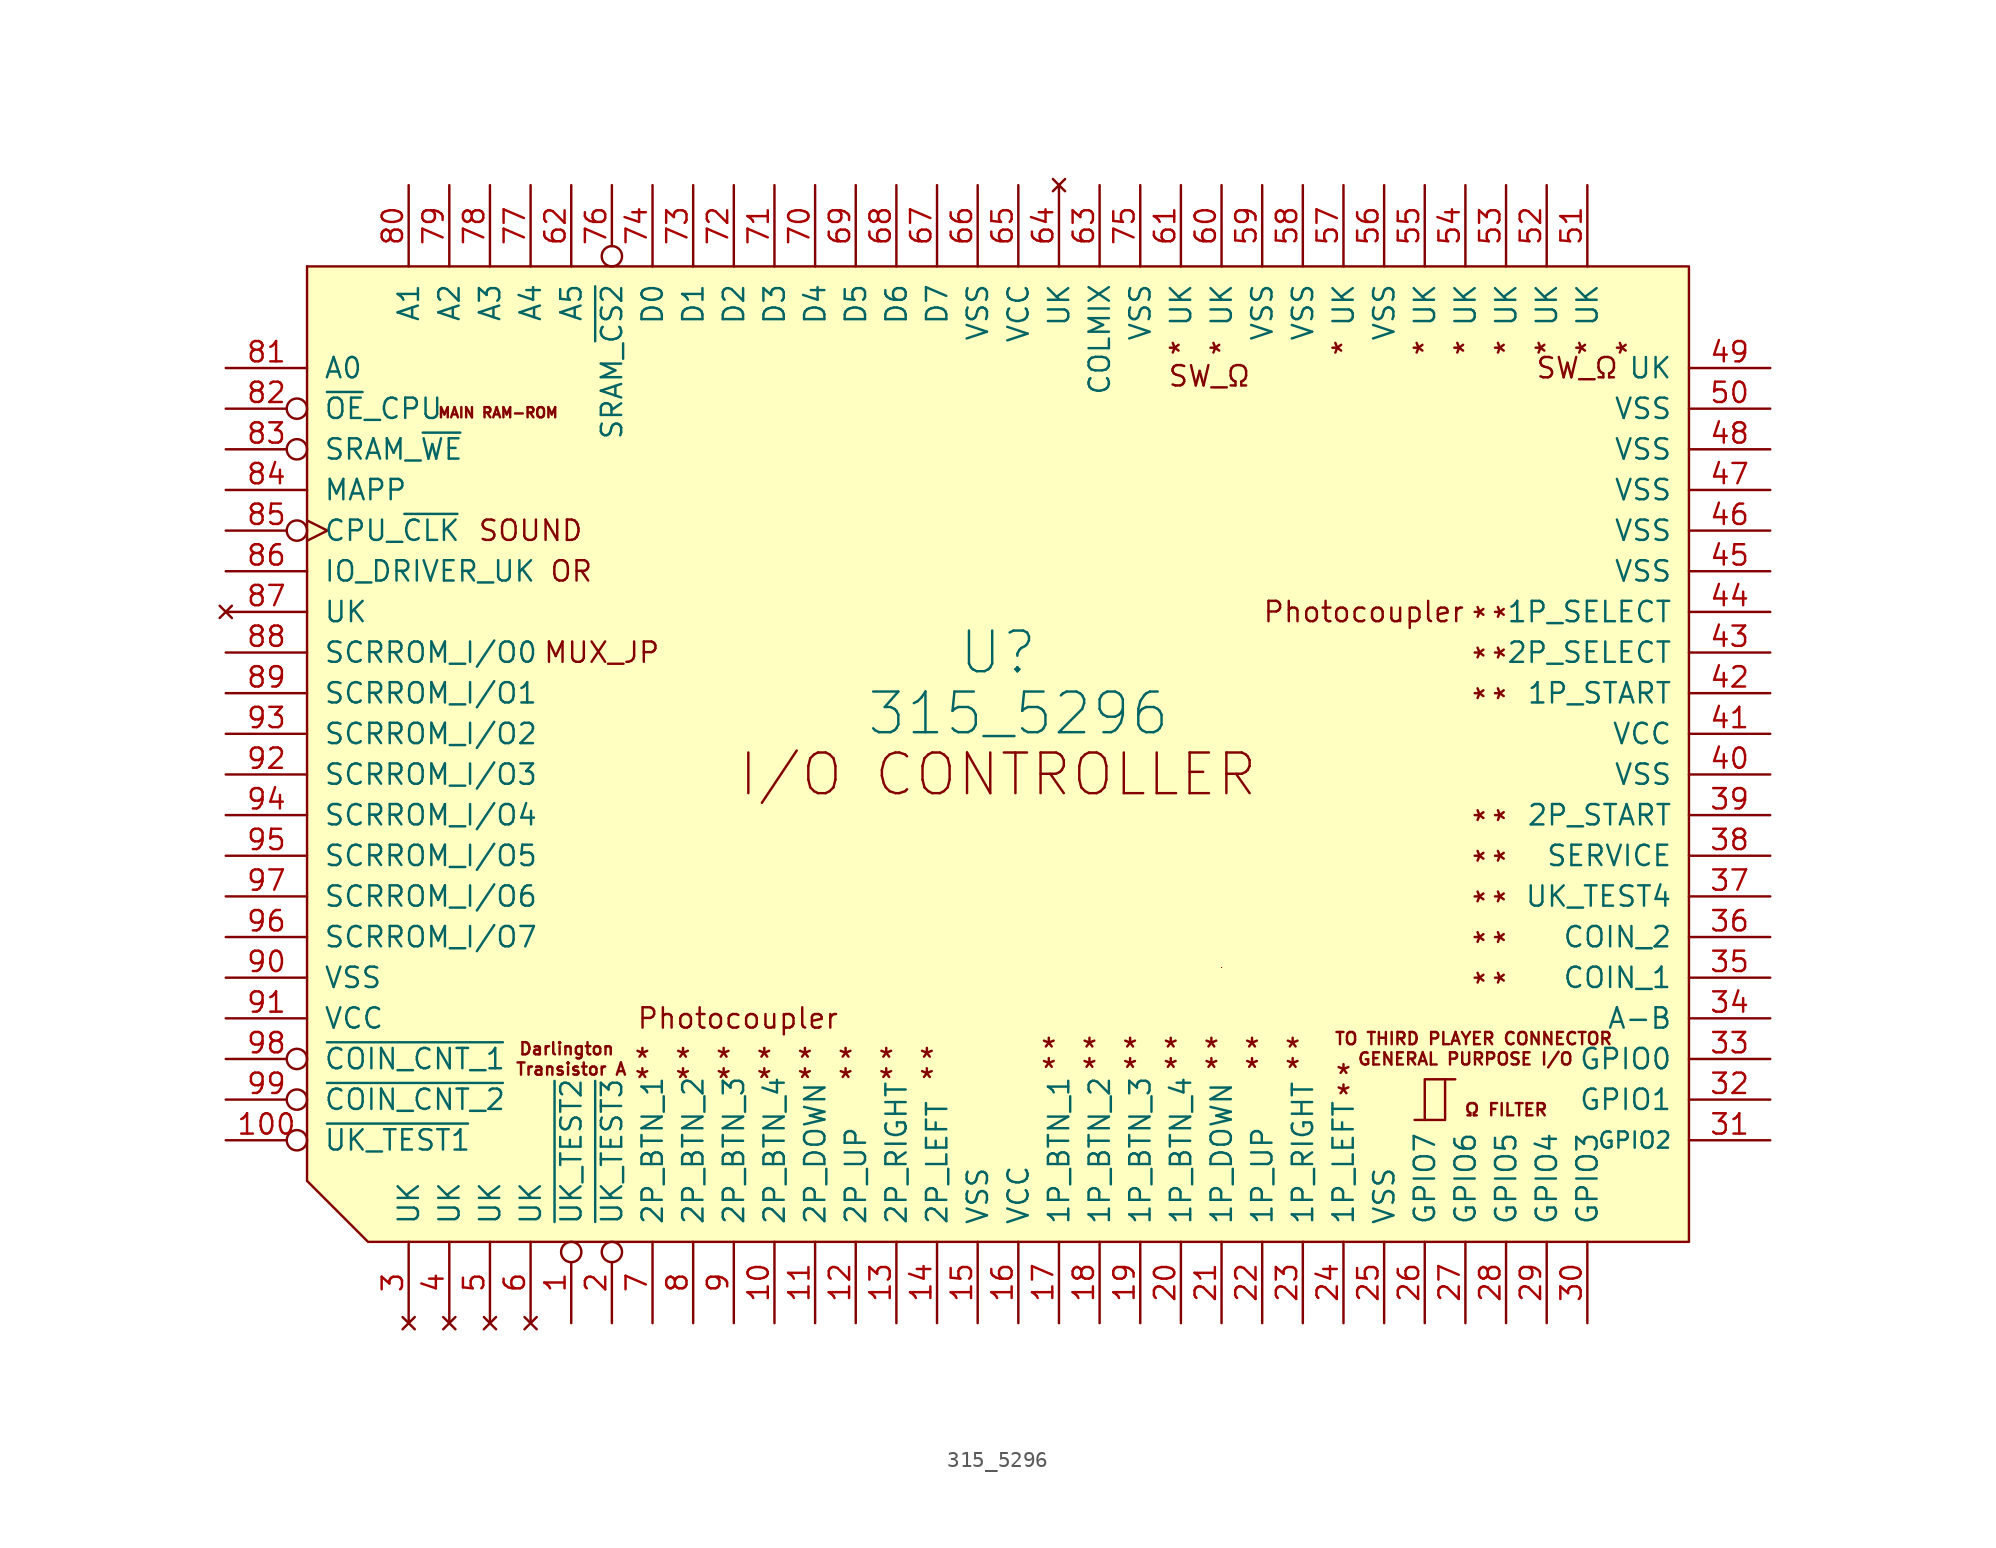
<source format=kicad_sym>
(kicad_symbol_lib
  (version 20220914)
  (generator kicad_symbol_editor)
  (symbol "315_5296"
    (pin_names
      (offset 1.016))
    (property "Reference" "U"
      (at 1.27 7.62 0)
      (effects (font (size 2.54 2.54))))
    (property "Value" "315_5296"
      (at 2.54 3.81 0)
      (effects (font (size 2.54 2.54))))
    (symbol "315_5296_0_0"
      (text "*" (at -20.955 -19.05 0) (effects (font (size 1.27 1.27))))
      (text "*" (at -20.955 -17.78 0) (effects (font (size 1.27 1.27))))
      (text "*" (at -18.415 -19.05 0) (effects (font (size 1.27 1.27))))
      (text "*" (at -18.415 -17.78 0) (effects (font (size 1.27 1.27))))
      (text "*" (at -15.875 -19.05 0) (effects (font (size 1.27 1.27))))
      (text "*" (at -15.875 -17.78 0) (effects (font (size 1.27 1.27))))
      (text "*" (at -13.335 -19.05 0) (effects (font (size 1.27 1.27))))
      (text "*" (at -13.335 -17.78 0) (effects (font (size 1.27 1.27))))
      (text "*" (at -10.795 -19.05 0) (effects (font (size 1.27 1.27))))
      (text "*" (at -10.795 -17.78 0) (effects (font (size 1.27 1.27))))
      (text "*" (at -8.255 -19.05 0) (effects (font (size 1.27 1.27))))
      (text "*" (at -8.255 -17.78 0) (effects (font (size 1.27 1.27))))
      (text "*" (at -5.715 -19.05 0) (effects (font (size 1.27 1.27))))
      (text "*" (at -5.715 -17.78 0) (effects (font (size 1.27 1.27))))
      (text "*" (at -3.175 -19.05 0) (effects (font (size 1.27 1.27))))
      (text "*" (at -3.175 -17.78 0) (effects (font (size 1.27 1.27))))
      (text "*" (at 4.445 -18.415 0) (effects (font (size 1.27 1.27))))
      (text "*" (at 4.445 -17.145 0) (effects (font (size 1.27 1.27))))
      (text "*" (at 6.985 -18.415 0) (effects (font (size 1.27 1.27))))
      (text "*" (at 6.985 -17.145 0) (effects (font (size 1.27 1.27))))
      (text "*" (at 9.525 -18.415 0) (effects (font (size 1.27 1.27))))
      (text "*" (at 9.525 -17.145 0) (effects (font (size 1.27 1.27))))
      (text "*" (at 12.065 -18.415 0) (effects (font (size 1.27 1.27))))
      (text "*" (at 12.065 -17.145 0) (effects (font (size 1.27 1.27))))
      (text "*" (at 12.7 26.67 900) (effects (font (size 1.27 1.27))))
      (text "*" (at 14.605 -18.415 0) (effects (font (size 1.27 1.27))))
      (text "*" (at 14.605 -17.145 0) (effects (font (size 1.27 1.27))))
      (text "*" (at 15.24 26.67 900) (effects (font (size 1.27 1.27))))
      (text "*" (at 17.145 -18.415 0) (effects (font (size 1.27 1.27))))
      (text "*" (at 17.145 -17.145 0) (effects (font (size 1.27 1.27))))
      (text "*" (at 19.685 -18.415 0) (effects (font (size 1.27 1.27))))
      (text "*" (at 19.685 -17.145 0) (effects (font (size 1.27 1.27))))
      (text "*" (at 22.86 -20.066 0) (effects (font (size 1.27 1.27))))
      (text "*" (at 22.86 -18.796 0) (effects (font (size 1.27 1.27))))
      (text "*" (at 22.86 26.67 900) (effects (font (size 1.27 1.27))))
      (text "*" (at 27.94 26.67 900) (effects (font (size 1.27 1.27))))
      (text "*" (at 30.48 26.67 900) (effects (font (size 1.27 1.27))))
      (text "*" (at 31.75 -12.7 900) (effects (font (size 1.27 1.27))))
      (text "*" (at 31.75 -10.16 900) (effects (font (size 1.27 1.27))))
      (text "*" (at 31.75 -7.62 900) (effects (font (size 1.27 1.27))))
      (text "*" (at 31.75 -5.08 900) (effects (font (size 1.27 1.27))))
      (text "*" (at 31.75 -2.54 900) (effects (font (size 1.27 1.27))))
      (text "*" (at 31.75 5.08 900) (effects (font (size 1.27 1.27))))
      (text "*" (at 31.75 7.62 900) (effects (font (size 1.27 1.27))))
      (text "*" (at 31.75 10.16 900) (effects (font (size 1.27 1.27))))
      (text "*" (at 33.02 -12.7 900) (effects (font (size 1.27 1.27))))
      (text "*" (at 33.02 -10.16 900) (effects (font (size 1.27 1.27))))
      (text "*" (at 33.02 -7.62 900) (effects (font (size 1.27 1.27))))
      (text "*" (at 33.02 -5.08 900) (effects (font (size 1.27 1.27))))
      (text "*" (at 33.02 -2.54 900) (effects (font (size 1.27 1.27))))
      (text "*" (at 33.02 5.08 900) (effects (font (size 1.27 1.27))))
      (text "*" (at 33.02 7.62 900) (effects (font (size 1.27 1.27))))
      (text "*" (at 33.02 10.16 900) (effects (font (size 1.27 1.27))))
      (text "*" (at 33.02 26.67 900) (effects (font (size 1.27 1.27))))
      (text "*" (at 35.56 26.67 900) (effects (font (size 1.27 1.27))))
      (text "*" (at 38.1 26.67 900) (effects (font (size 1.27 1.27))))
      (text "*" (at 40.64 26.67 900) (effects (font (size 1.27 1.27))))
      (text "Darlington " (at -25.4 -17.145 0) (effects (font (size 0.762 0.762))))
      (text "GENERAL PURPOSE I/O" (at 15.24 -12.065 0) (effects (font (size 0 0))))
      (text "GENERAL PURPOSE I/O" (at 30.48 -17.78 0) (effects (font (size 0.762 0.762))))
      (text "I/O CONTROLLER" (at 1.27 0 0) (effects (font (size 2.54 2.54))))
      (text "MAIN RAM-ROM" (at -29.972 22.606 0) (effects (font (size 0.635 0.635))))
      (text "MUX_JP" (at -23.495 7.62 0) (effects (font (size 1.27 1.27))))
      (text "OR" (at -25.4 12.7 0) (effects (font (size 1.27 1.27))))
      (text "Photocoupler" (at -14.986 -15.24 0) (effects (font (size 1.27 1.27))))
      (text "Photocoupler" (at 24.13 10.16 0) (effects (font (size 1.27 1.27))))
      (text "SOUND" (at -27.94 15.24 0) (effects (font (size 1.27 1.27))))
      (text "SW_Ω" (at 14.478 24.892 0) (effects (font (size 1.27 1.27))))
      (text "SW_Ω" (at 37.465 25.4 0) (effects (font (size 1.27 1.27))))
      (text "TO THIRD PLAYER CONNECTOR" (at 30.988 -16.51 0) (effects (font (size 0.762 0.762))))
      (text "Transistor A" (at -25.4 -18.415 0) (effects (font (size 0.762 0.762))))
      (text "Ω FILTER" (at 33.02 -20.955 0) (effects (font (size 0.762 0.762)))))
    (symbol "315_5296_0_1"
      (polyline (pts (xy -41.91 31.75) (xy -41.91 -25.4)) (stroke (width 0) (type default)) (fill (type none)))
      (polyline (pts (xy -41.91 -25.4) (xy -38.1 -29.21) (xy 44.45 -29.21) (xy 44.45 31.75) (xy -41.91 31.75)) (stroke (width 0) (type default)) (fill (type background))))
    (symbol "315_5296_1_0"
      (polyline (pts (xy 27.94 -21.59) (xy 27.94 -19.05) (xy 29.21 -19.05)) (stroke (width 0) (type default)) (fill (type none)))
      (polyline (pts (xy 27.305 -21.59) (xy 29.21 -21.59) (xy 29.21 -19.05) (xy 29.845 -19.05)) (stroke (width 0) (type default)) (fill (type none))))
    (symbol "315_5296_1_1"
      (pin output inverted (at -25.4 -34.29 90) (length 5.08) (name "~{UK_TEST2}" (effects (font (size 1.27 1.27)))) (number "1" (effects (font (size 1.27 1.27)))))
      (pin input line (at -12.7 -34.29 90) (length 5.08) (name "2P_BTN_4" (effects (font (size 1.27 1.27)))) (number "10" (effects (font (size 1.27 1.27)))))
      (pin output inverted (at -46.99 -22.86 0) (length 5.08) (name "~{UK_TEST1}" (effects (font (size 1.27 1.27)))) (number "100" (effects (font (size 1.27 1.27)))))
      (pin input line (at -10.16 -34.29 90) (length 5.08) (name "2P_DOWN" (effects (font (size 1.27 1.27)))) (number "11" (effects (font (size 1.27 1.27)))))
      (pin input line (at -7.62 -34.29 90) (length 5.08) (name "2P_UP" (effects (font (size 1.27 1.27)))) (number "12" (effects (font (size 1.27 1.27)))))
      (pin input line (at -5.08 -34.29 90) (length 5.08) (name "2P_RIGHT" (effects (font (size 1.27 1.27)))) (number "13" (effects (font (size 1.27 1.27)))))
      (pin input line (at -2.54 -34.29 90) (length 5.08) (name "2P_LEFT" (effects (font (size 1.27 1.27)))) (number "14" (effects (font (size 1.27 1.27)))))
      (pin power_in line (at 0 -34.29 90) (length 5.08) (name "VSS" (effects (font (size 1.27 1.27)))) (number "15" (effects (font (size 1.27 1.27)))))
      (pin power_in line (at 2.54 -34.29 90) (length 5.08) (name "VCC" (effects (font (size 1.27 1.27)))) (number "16" (effects (font (size 1.27 1.27)))))
      (pin input line (at 5.08 -34.29 90) (length 5.08) (name "1P_BTN_1" (effects (font (size 1.27 1.27)))) (number "17" (effects (font (size 1.27 1.27)))))
      (pin input line (at 7.62 -34.29 90) (length 5.08) (name "1P_BTN_2" (effects (font (size 1.27 1.27)))) (number "18" (effects (font (size 1.27 1.27)))))
      (pin input line (at 10.16 -34.29 90) (length 5.08) (name "1P_BTN_3" (effects (font (size 1.27 1.27)))) (number "19" (effects (font (size 1.27 1.27)))))
      (pin output inverted (at -22.86 -34.29 90) (length 5.08) (name "~{UK_TEST3}" (effects (font (size 1.27 1.27)))) (number "2" (effects (font (size 1.27 1.27)))))
      (pin input line (at 12.7 -34.29 90) (length 5.08) (name "1P_BTN_4" (effects (font (size 1.27 1.27)))) (number "20" (effects (font (size 1.27 1.27)))))
      (pin input line (at 15.24 -34.29 90) (length 5.08) (name "1P_DOWN" (effects (font (size 1.27 1.27)))) (number "21" (effects (font (size 1.27 1.27)))))
      (pin input line (at 17.78 -34.29 90) (length 5.08) (name "1P_UP" (effects (font (size 1.27 1.27)))) (number "22" (effects (font (size 1.27 1.27)))))
      (pin input line (at 20.32 -34.29 90) (length 5.08) (name "1P_RIGHT" (effects (font (size 1.27 1.27)))) (number "23" (effects (font (size 1.27 1.27)))))
      (pin input line (at 22.86 -34.29 90) (length 5.08) (name "1P_LEFT" (effects (font (size 1.27 1.27)))) (number "24" (effects (font (size 1.27 1.27)))))
      (pin power_in line (at 25.4 -34.29 90) (length 5.08) (name "VSS" (effects (font (size 1.27 1.27)))) (number "25" (effects (font (size 1.27 1.27)))))
      (pin output line (at 27.94 -34.29 90) (length 5.08) (name "GPIO7" (effects (font (size 1.27 1.27)))) (number "26" (effects (font (size 1.27 1.27)))))
      (pin output line (at 30.48 -34.29 90) (length 5.08) (name "GPIO6" (effects (font (size 1.27 1.27)))) (number "27" (effects (font (size 1.27 1.27)))))
      (pin output line (at 33.02 -34.29 90) (length 5.08) (name "GPIO5" (effects (font (size 1.27 1.27)))) (number "28" (effects (font (size 1.27 1.27)))))
      (pin output line (at 35.56 -34.29 90) (length 5.08) (name "GPIO4" (effects (font (size 1.27 1.27)))) (number "29" (effects (font (size 1.27 1.27)))))
      (pin no_connect line (at -35.56 -34.29 90) (length 5.08) (name "UK" (effects (font (size 1.27 1.27)))) (number "3" (effects (font (size 1.27 1.27)))))
      (pin output line (at 38.1 -34.29 90) (length 5.08) (name "GPIO3" (effects (font (size 1.27 1.27)))) (number "30" (effects (font (size 1.27 1.27)))))
      (pin output line (at 49.53 -22.86 180) (length 5.08) (name "GPIO2" (effects (font (size 1.016 1.016)))) (number "31" (effects (font (size 1.27 1.27)))))
      (pin output line (at 49.53 -20.32 180) (length 5.08) (name "GPIO1" (effects (font (size 1.27 1.27)))) (number "32" (effects (font (size 1.27 1.27)))))
      (pin output line (at 49.53 -17.78 180) (length 5.08) (name "GPIO0" (effects (font (size 1.27 1.27)))) (number "33" (effects (font (size 1.27 1.27)))))
      (pin output line (at 49.53 -15.24 180) (length 5.08) (name "A-B" (effects (font (size 1.27 1.27)))) (number "34" (effects (font (size 1.27 1.27)))))
      (pin input line (at 49.53 -12.7 180) (length 5.08) (name "COIN_1" (effects (font (size 1.27 1.27)))) (number "35" (effects (font (size 1.27 1.27)))))
      (pin input line (at 49.53 -10.16 180) (length 5.08) (name "COIN_2" (effects (font (size 1.27 1.27)))) (number "36" (effects (font (size 1.27 1.27)))))
      (pin input line (at 49.53 -7.62 180) (length 5.08) (name "UK_TEST4" (effects (font (size 1.27 1.27)))) (number "37" (effects (font (size 1.27 1.27)))))
      (pin input line (at 49.53 -5.08 180) (length 5.08) (name "SERVICE" (effects (font (size 1.27 1.27)))) (number "38" (effects (font (size 1.27 1.27)))))
      (pin input line (at 49.53 -2.54 180) (length 5.08) (name "2P_START" (effects (font (size 1.27 1.27)))) (number "39" (effects (font (size 1.27 1.27)))))
      (pin no_connect line (at -33.02 -34.29 90) (length 5.08) (name "UK" (effects (font (size 1.27 1.27)))) (number "4" (effects (font (size 1.27 1.27)))))
      (pin power_in line (at 49.53 0 180) (length 5.08) (name "VSS" (effects (font (size 1.27 1.27)))) (number "40" (effects (font (size 1.27 1.27)))))
      (pin power_in line (at 49.53 2.54 180) (length 5.08) (name "VCC" (effects (font (size 1.27 1.27)))) (number "41" (effects (font (size 1.27 1.27)))))
      (pin input line (at 49.53 5.08 180) (length 5.08) (name "1P_START" (effects (font (size 1.27 1.27)))) (number "42" (effects (font (size 1.27 1.27)))))
      (pin input line (at 49.53 7.62 180) (length 5.08) (name "2P_SELECT" (effects (font (size 1.27 1.27)))) (number "43" (effects (font (size 1.27 1.27)))))
      (pin input line (at 49.53 10.16 180) (length 5.08) (name "1P_SELECT" (effects (font (size 1.27 1.27)))) (number "44" (effects (font (size 1.27 1.27)))))
      (pin power_in line (at 49.53 12.7 180) (length 5.08) (name "VSS" (effects (font (size 1.27 1.27)))) (number "45" (effects (font (size 1.27 1.27)))))
      (pin power_in line (at 49.53 15.24 180) (length 5.08) (name "VSS" (effects (font (size 1.27 1.27)))) (number "46" (effects (font (size 1.27 1.27)))))
      (pin power_in line (at 49.53 17.78 180) (length 5.08) (name "VSS" (effects (font (size 1.27 1.27)))) (number "47" (effects (font (size 1.27 1.27)))))
      (pin power_in line (at 49.53 20.32 180) (length 5.08) (name "VSS" (effects (font (size 1.27 1.27)))) (number "48" (effects (font (size 1.27 1.27)))))
      (pin output line (at 49.53 25.4 180) (length 5.08) (name "UK" (effects (font (size 1.27 1.27)))) (number "49" (effects (font (size 1.27 1.27)))))
      (pin no_connect line (at -30.48 -34.29 90) (length 5.08) (name "UK" (effects (font (size 1.27 1.27)))) (number "5" (effects (font (size 1.27 1.27)))))
      (pin power_in line (at 49.53 22.86 180) (length 5.08) (name "VSS" (effects (font (size 1.27 1.27)))) (number "50" (effects (font (size 1.27 1.27)))))
      (pin bidirectional line (at 38.1 36.83 270) (length 5.08) (name "UK" (effects (font (size 1.27 1.27)))) (number "51" (effects (font (size 1.27 1.27)))))
      (pin bidirectional line (at 35.56 36.83 270) (length 5.08) (name "UK" (effects (font (size 1.27 1.27)))) (number "52" (effects (font (size 1.27 1.27)))))
      (pin bidirectional line (at 33.02 36.83 270) (length 5.08) (name "UK" (effects (font (size 1.27 1.27)))) (number "53" (effects (font (size 1.27 1.27)))))
      (pin bidirectional line (at 30.48 36.83 270) (length 5.08) (name "UK" (effects (font (size 1.27 1.27)))) (number "54" (effects (font (size 1.27 1.27)))))
      (pin bidirectional line (at 27.94 36.83 270) (length 5.08) (name "UK" (effects (font (size 1.27 1.27)))) (number "55" (effects (font (size 1.27 1.27)))))
      (pin power_in line (at 25.4 36.83 270) (length 5.08) (name "VSS" (effects (font (size 1.27 1.27)))) (number "56" (effects (font (size 1.27 1.27)))))
      (pin bidirectional line (at 22.86 36.83 270) (length 5.08) (name "UK" (effects (font (size 1.27 1.27)))) (number "57" (effects (font (size 1.27 1.27)))))
      (pin power_in line (at 20.32 36.83 270) (length 5.08) (name "VSS" (effects (font (size 1.27 1.27)))) (number "58" (effects (font (size 1.27 1.27)))))
      (pin power_in line (at 17.78 36.83 270) (length 5.08) (name "VSS" (effects (font (size 1.27 1.27)))) (number "59" (effects (font (size 1.27 1.27)))))
      (pin no_connect line (at -27.94 -34.29 90) (length 5.08) (name "UK" (effects (font (size 1.27 1.27)))) (number "6" (effects (font (size 1.27 1.27)))))
      (pin bidirectional line (at 15.24 36.83 270) (length 5.08) (name "UK" (effects (font (size 1.27 1.27)))) (number "60" (effects (font (size 1.27 1.27)))))
      (pin bidirectional line (at 12.7 36.83 270) (length 5.08) (name "UK" (effects (font (size 1.27 1.27)))) (number "61" (effects (font (size 1.27 1.27)))))
      (pin input line (at -25.4 36.83 270) (length 5.08) (name "A5" (effects (font (size 1.27 1.27)))) (number "62" (effects (font (size 1.27 1.27)))))
      (pin output line (at 7.62 36.83 270) (length 5.08) (name "COLMIX" (effects (font (size 1.27 1.27)))) (number "63" (effects (font (size 1.27 1.27)))))
      (pin no_connect line (at 5.08 36.83 270) (length 5.08) (name "UK" (effects (font (size 1.27 1.27)))) (number "64" (effects (font (size 1.27 1.27)))))
      (pin power_in line (at 2.54 36.83 270) (length 5.08) (name "VCC" (effects (font (size 1.27 1.27)))) (number "65" (effects (font (size 1.27 1.27)))))
      (pin power_in line (at 0 36.83 270) (length 5.08) (name "VSS" (effects (font (size 1.27 1.27)))) (number "66" (effects (font (size 1.27 1.27)))))
      (pin bidirectional line (at -2.54 36.83 270) (length 5.08) (name "D7" (effects (font (size 1.27 1.27)))) (number "67" (effects (font (size 1.27 1.27)))))
      (pin bidirectional line (at -5.08 36.83 270) (length 5.08) (name "D6" (effects (font (size 1.27 1.27)))) (number "68" (effects (font (size 1.27 1.27)))))
      (pin bidirectional line (at -7.62 36.83 270) (length 5.08) (name "D5" (effects (font (size 1.27 1.27)))) (number "69" (effects (font (size 1.27 1.27)))))
      (pin input line (at -20.32 -34.29 90) (length 5.08) (name "2P_BTN_1" (effects (font (size 1.27 1.27)))) (number "7" (effects (font (size 1.27 1.27)))))
      (pin bidirectional line (at -10.16 36.83 270) (length 5.08) (name "D4" (effects (font (size 1.27 1.27)))) (number "70" (effects (font (size 1.27 1.27)))))
      (pin bidirectional line (at -12.7 36.83 270) (length 5.08) (name "D3" (effects (font (size 1.27 1.27)))) (number "71" (effects (font (size 1.27 1.27)))))
      (pin bidirectional line (at -15.24 36.83 270) (length 5.08) (name "D2" (effects (font (size 1.27 1.27)))) (number "72" (effects (font (size 1.27 1.27)))))
      (pin bidirectional line (at -17.78 36.83 270) (length 5.08) (name "D1" (effects (font (size 1.27 1.27)))) (number "73" (effects (font (size 1.27 1.27)))))
      (pin bidirectional line (at -20.32 36.83 270) (length 5.08) (name "D0" (effects (font (size 1.27 1.27)))) (number "74" (effects (font (size 1.27 1.27)))))
      (pin power_in line (at 10.16 36.83 270) (length 5.08) (name "VSS" (effects (font (size 1.27 1.27)))) (number "75" (effects (font (size 1.27 1.27)))))
      (pin bidirectional inverted (at -22.86 36.83 270) (length 5.08) (name "SRAM_~{CS2}" (effects (font (size 1.27 1.27)))) (number "76" (effects (font (size 1.27 1.27)))))
      (pin input line (at -27.94 36.83 270) (length 5.08) (name "A4" (effects (font (size 1.27 1.27)))) (number "77" (effects (font (size 1.27 1.27)))))
      (pin input line (at -30.48 36.83 270) (length 5.08) (name "A3" (effects (font (size 1.27 1.27)))) (number "78" (effects (font (size 1.27 1.27)))))
      (pin input line (at -33.02 36.83 270) (length 5.08) (name "A2" (effects (font (size 1.27 1.27)))) (number "79" (effects (font (size 1.27 1.27)))))
      (pin input line (at -17.78 -34.29 90) (length 5.08) (name "2P_BTN_2" (effects (font (size 1.27 1.27)))) (number "8" (effects (font (size 1.27 1.27)))))
      (pin input line (at -35.56 36.83 270) (length 5.08) (name "A1" (effects (font (size 1.27 1.27)))) (number "80" (effects (font (size 1.27 1.27)))))
      (pin input line (at -46.99 25.4 0) (length 5.08) (name "A0" (effects (font (size 1.27 1.27)))) (number "81" (effects (font (size 1.27 1.27)))))
      (pin output inverted (at -46.99 22.86 0) (length 5.08) (name "~{OE}_CPU" (effects (font (size 1.27 1.27)))) (number "82" (effects (font (size 1.27 1.27)))))
      (pin output inverted (at -46.99 20.32 0) (length 5.08) (name "SRAM_~{WE}" (effects (font (size 1.27 1.27)))) (number "83" (effects (font (size 1.27 1.27)))))
      (pin bidirectional line (at -46.99 17.78 0) (length 5.08) (name "MAPP" (effects (font (size 1.27 1.27)))) (number "84" (effects (font (size 1.27 1.27)))))
      (pin input inverted_clock (at -46.99 15.24 0) (length 5.08) (name "CPU_~{CLK}" (effects (font (size 1.27 1.27)))) (number "85" (effects (font (size 1.27 1.27)))))
      (pin output line (at -46.99 12.7 0) (length 5.08) (name "IO_DRIVER_UK" (effects (font (size 1.27 1.27)))) (number "86" (effects (font (size 1.27 1.27)))))
      (pin no_connect line (at -46.99 10.16 0) (length 5.08) (name "UK" (effects (font (size 1.27 1.27)))) (number "87" (effects (font (size 1.27 1.27)))))
      (pin output line (at -46.99 7.62 0) (length 5.08) (name "SCRROM_I/O0" (effects (font (size 1.27 1.27)))) (number "88" (effects (font (size 1.27 1.27)))))
      (pin output line (at -46.99 5.08 0) (length 5.08) (name "SCRROM_I/O1" (effects (font (size 1.27 1.27)))) (number "89" (effects (font (size 1.27 1.27)))))
      (pin input line (at -15.24 -34.29 90) (length 5.08) (name "2P_BTN_3" (effects (font (size 1.27 1.27)))) (number "9" (effects (font (size 1.27 1.27)))))
      (pin power_in line (at -46.99 -12.7 0) (length 5.08) (name "VSS" (effects (font (size 1.27 1.27)))) (number "90" (effects (font (size 1.27 1.27)))))
      (pin power_in line (at -46.99 -15.24 0) (length 5.08) (name "VCC" (effects (font (size 1.27 1.27)))) (number "91" (effects (font (size 1.27 1.27)))))
      (pin output line (at -46.99 0 0) (length 5.08) (name "SCRROM_I/O3" (effects (font (size 1.27 1.27)))) (number "92" (effects (font (size 1.27 1.27)))))
      (pin output line (at -46.99 2.54 0) (length 5.08) (name "SCRROM_I/O2" (effects (font (size 1.27 1.27)))) (number "93" (effects (font (size 1.27 1.27)))))
      (pin output line (at -46.99 -2.54 0) (length 5.08) (name "SCRROM_I/O4" (effects (font (size 1.27 1.27)))) (number "94" (effects (font (size 1.27 1.27)))))
      (pin output line (at -46.99 -5.08 0) (length 5.08) (name "SCRROM_I/O5" (effects (font (size 1.27 1.27)))) (number "95" (effects (font (size 1.27 1.27)))))
      (pin output line (at -46.99 -10.16 0) (length 5.08) (name "SCRROM_I/O7" (effects (font (size 1.27 1.27)))) (number "96" (effects (font (size 1.27 1.27)))))
      (pin output line (at -46.99 -7.62 0) (length 5.08) (name "SCRROM_I/O6" (effects (font (size 1.27 1.27)))) (number "97" (effects (font (size 1.27 1.27)))))
      (pin output inverted (at -46.99 -17.78 0) (length 5.08) (name "~{COIN_CNT_1}" (effects (font (size 1.27 1.27)))) (number "98" (effects (font (size 1.27 1.27)))))
      (pin output inverted (at -46.99 -20.32 0) (length 5.08) (name "~{COIN_CNT_2}" (effects (font (size 1.27 1.27)))) (number "99" (effects (font (size 1.27 1.27))))))))
</source>
